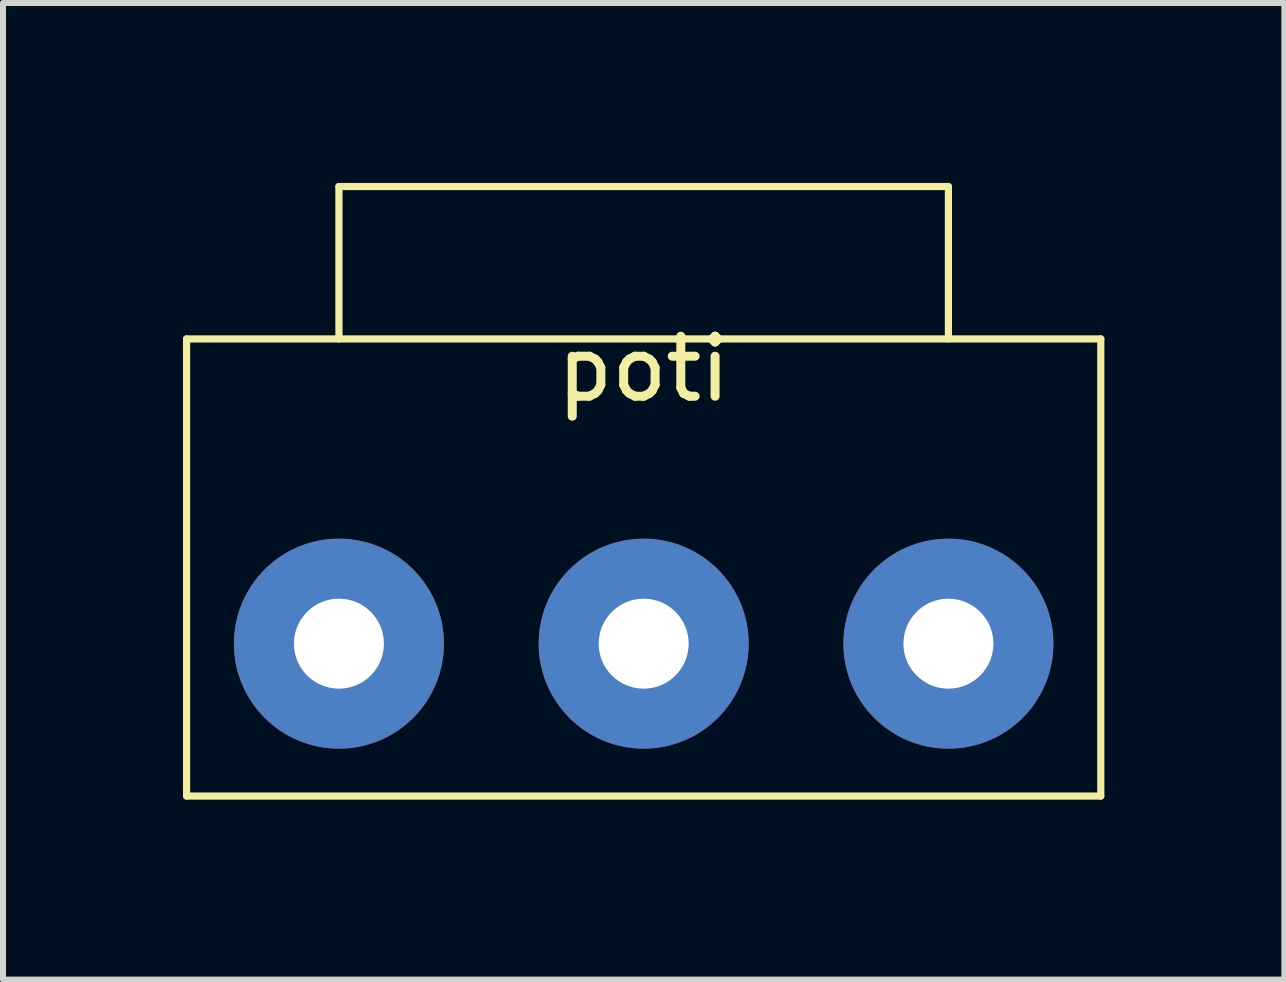
<source format=kicad_pcb>
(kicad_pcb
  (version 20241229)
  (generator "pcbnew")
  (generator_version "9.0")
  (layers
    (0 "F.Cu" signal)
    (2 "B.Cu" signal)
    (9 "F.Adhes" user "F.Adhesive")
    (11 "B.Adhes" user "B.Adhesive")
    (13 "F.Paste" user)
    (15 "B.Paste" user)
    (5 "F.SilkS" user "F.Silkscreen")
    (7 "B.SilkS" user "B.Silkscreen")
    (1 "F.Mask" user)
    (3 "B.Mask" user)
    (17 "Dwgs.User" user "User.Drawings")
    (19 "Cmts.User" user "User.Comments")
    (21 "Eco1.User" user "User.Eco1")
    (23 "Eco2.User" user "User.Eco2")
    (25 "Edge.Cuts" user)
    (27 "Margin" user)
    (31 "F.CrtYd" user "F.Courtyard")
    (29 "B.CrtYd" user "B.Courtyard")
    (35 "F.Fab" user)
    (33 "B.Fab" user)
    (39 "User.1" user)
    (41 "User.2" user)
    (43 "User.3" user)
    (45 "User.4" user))
  (footprint "poti"
    (layer "F.Cu")
    (at 7.68 2.6)
    (property "Reference" "poti" (at 0 0.5 0) (layer "F.SilkS") (effects (font (size 1 1) (thickness 0.15))))
    (attr through_hole)
    (fp_line (start -7.62 0) (end -7.62 7.62) (stroke (width 0.12) (type solid)) (layer "F.SilkS"))
    (fp_line (start -7.62 7.62) (end 7.62 7.62) (stroke (width 0.12) (type solid)) (layer "F.SilkS"))
    (fp_line (start -5.08 -2.54) (end 5.08 -2.54) (stroke (width 0.12) (type solid)) (layer "F.SilkS"))
    (fp_line (start -5.08 0) (end -5.08 -2.54) (stroke (width 0.12) (type solid)) (layer "F.SilkS"))
    (fp_line (start 5.08 -2.54) (end 5.08 0) (stroke (width 0.12) (type solid)) (layer "F.SilkS"))
    (fp_line (start 7.62 0) (end -7.62 0) (stroke (width 0.12) (type solid)) (layer "F.SilkS"))
    (fp_line (start 7.62 7.62) (end 7.62 0) (stroke (width 0.12) (type solid)) (layer "F.SilkS"))
    (pad "1" thru_hole circle (at -5.08 5.08) (size 3.5 3.5) (drill 1.5) (layers "*.Cu" "*.Mask"))
    (pad "2" thru_hole circle (at 0 5.08) (size 3.5 3.5) (drill 1.5) (layers "*.Cu" "*.Mask"))
    (pad "3" thru_hole circle (at 5.08 5.08) (size 3.5 3.5) (drill 1.5) (layers "*.Cu" "*.Mask")))
  (gr_rect
    (start -3 -3)
    (end 18.36 13.28)
    (stroke (width 0.1) (type default))
    (fill no)
    (layer "Edge.Cuts")))
</source>
